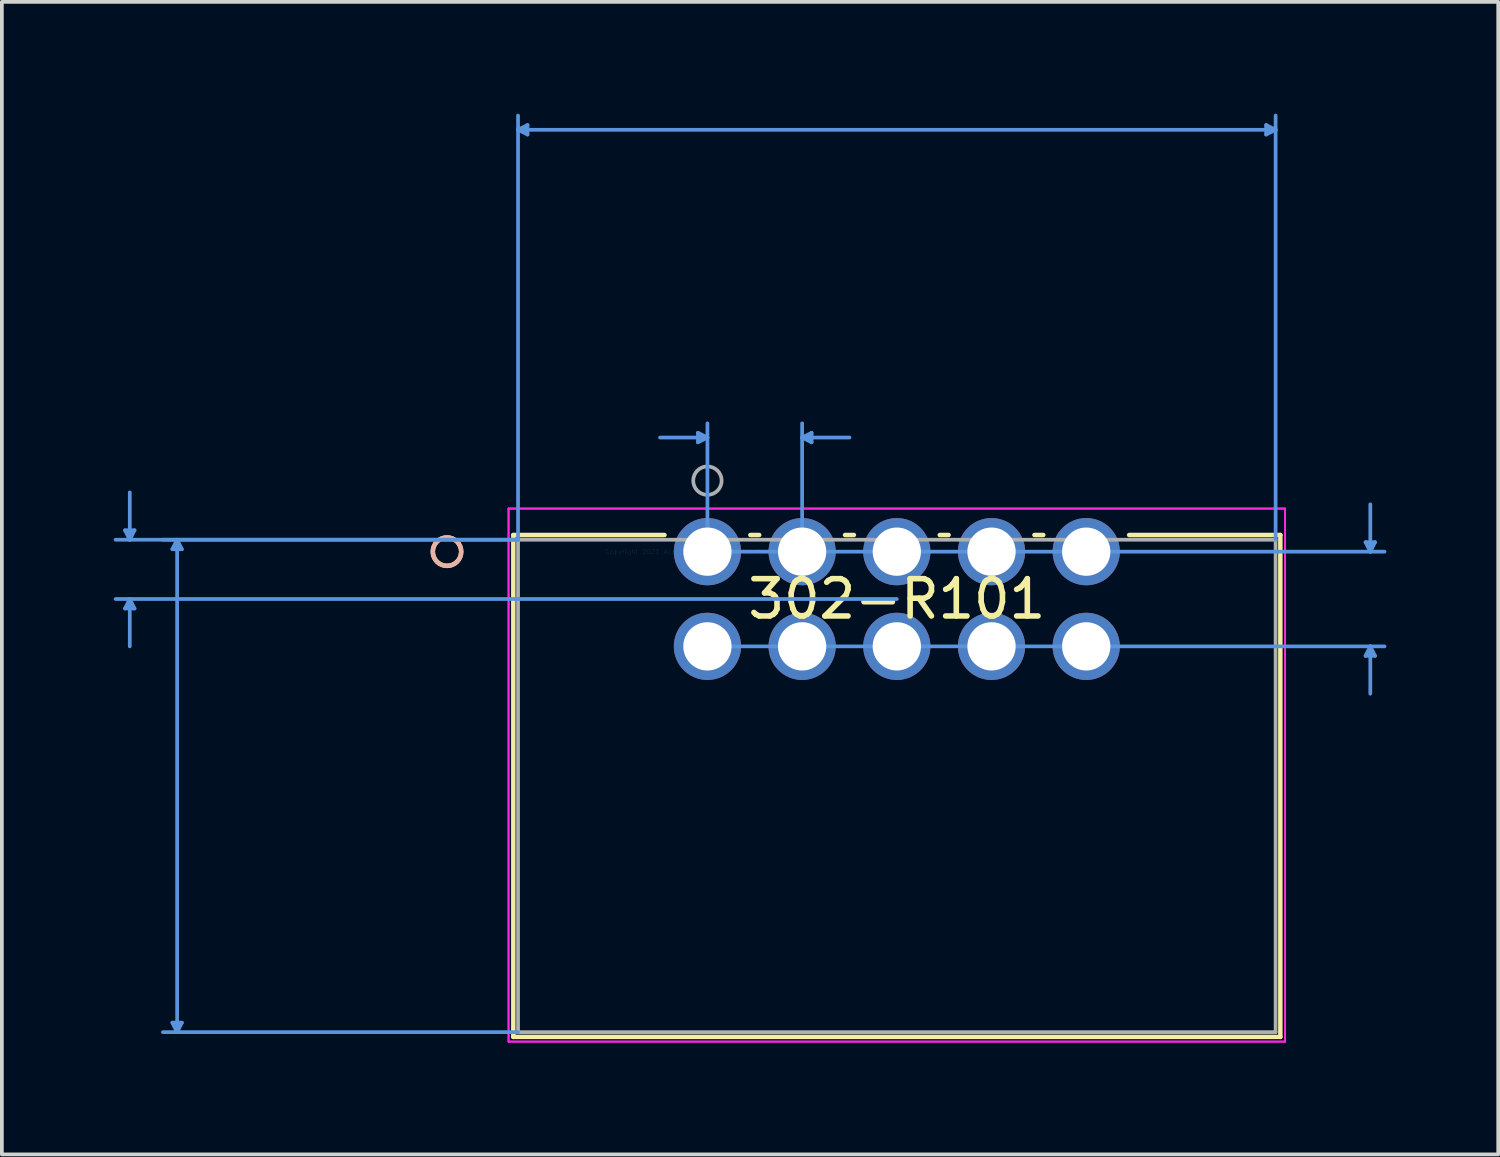
<source format=kicad_pcb>
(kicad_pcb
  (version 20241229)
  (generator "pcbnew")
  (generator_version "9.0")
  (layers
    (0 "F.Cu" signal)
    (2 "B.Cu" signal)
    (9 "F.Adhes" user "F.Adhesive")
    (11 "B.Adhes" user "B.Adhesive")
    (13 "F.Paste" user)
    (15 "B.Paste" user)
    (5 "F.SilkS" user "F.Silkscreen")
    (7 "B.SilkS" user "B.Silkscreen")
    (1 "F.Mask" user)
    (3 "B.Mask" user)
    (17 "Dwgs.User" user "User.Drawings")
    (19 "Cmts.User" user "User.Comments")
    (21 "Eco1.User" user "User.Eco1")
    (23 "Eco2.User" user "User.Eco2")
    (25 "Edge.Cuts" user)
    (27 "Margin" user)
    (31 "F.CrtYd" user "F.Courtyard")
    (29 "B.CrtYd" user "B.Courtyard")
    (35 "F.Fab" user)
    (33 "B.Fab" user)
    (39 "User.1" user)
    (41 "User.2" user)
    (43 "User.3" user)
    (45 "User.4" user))
  (footprint "302-R101"
    (layer "F.Cu")
    (at 15.925 11.747)
    (property "Reference" "302-R101" (at 5.08 1.27 0) (layer "F.SilkS") (effects (font (size 1 1) (thickness 0.15))))
    (attr through_hole)
    (fp_line (start -5.207 -0.447) (end -5.207 13.015) (stroke (width 0.12) (type solid)) (layer "F.SilkS"))
    (fp_line (start -5.207 13.015) (end 15.367 13.015) (stroke (width 0.12) (type solid)) (layer "F.SilkS"))
    (fp_line (start -1.151 -0.447) (end -5.207 -0.447) (stroke (width 0.12) (type solid)) (layer "F.SilkS"))
    (fp_line (start 1.389 -0.447) (end 1.151 -0.447) (stroke (width 0.12) (type solid)) (layer "F.SilkS"))
    (fp_line (start 3.929 -0.447) (end 3.691 -0.447) (stroke (width 0.12) (type solid)) (layer "F.SilkS"))
    (fp_line (start 6.469 -0.447) (end 6.231 -0.447) (stroke (width 0.12) (type solid)) (layer "F.SilkS"))
    (fp_line (start 9.009 -0.447) (end 8.771 -0.447) (stroke (width 0.12) (type solid)) (layer "F.SilkS"))
    (fp_line (start 15.367 -0.447) (end 11.311 -0.447) (stroke (width 0.12) (type solid)) (layer "F.SilkS"))
    (fp_line (start 15.367 13.015) (end 15.367 -0.447) (stroke (width 0.12) (type solid)) (layer "F.SilkS"))
    (fp_circle (center -6.985 0) (end -6.604 0) (stroke (width 0.12) (type solid)) (fill no) (layer "F.SilkS"))
    (fp_circle (center -6.985 0) (end -6.604 0) (stroke (width 0.12) (type solid)) (fill no) (layer "B.SilkS"))
    (fp_line (start -15.621 -0.574) (end -15.367 -0.574) (stroke (width 0.1) (type solid)) (layer "Cmts.User"))
    (fp_line (start -15.621 1.524) (end -15.367 1.524) (stroke (width 0.1) (type solid)) (layer "Cmts.User"))
    (fp_line (start -15.494 -0.32) (end -15.621 -0.574) (stroke (width 0.1) (type solid)) (layer "Cmts.User"))
    (fp_line (start -15.494 -0.32) (end -15.494 -1.59) (stroke (width 0.1) (type solid)) (layer "Cmts.User"))
    (fp_line (start -15.494 -0.32) (end -15.367 -0.574) (stroke (width 0.1) (type solid)) (layer "Cmts.User"))
    (fp_line (start -15.494 1.27) (end -15.621 1.524) (stroke (width 0.1) (type solid)) (layer "Cmts.User"))
    (fp_line (start -15.494 1.27) (end -15.494 2.54) (stroke (width 0.1) (type solid)) (layer "Cmts.User"))
    (fp_line (start -15.494 1.27) (end -15.367 1.524) (stroke (width 0.1) (type solid)) (layer "Cmts.User"))
    (fp_line (start -14.351 -0.066) (end -14.097 -0.066) (stroke (width 0.1) (type solid)) (layer "Cmts.User"))
    (fp_line (start -14.351 12.634) (end -14.097 12.634) (stroke (width 0.1) (type solid)) (layer "Cmts.User"))
    (fp_line (start -14.224 -0.32) (end -14.351 -0.066) (stroke (width 0.1) (type solid)) (layer "Cmts.User"))
    (fp_line (start -14.224 -0.32) (end -14.224 12.888) (stroke (width 0.1) (type solid)) (layer "Cmts.User"))
    (fp_line (start -14.224 -0.32) (end -14.097 -0.066) (stroke (width 0.1) (type solid)) (layer "Cmts.User"))
    (fp_line (start -14.224 12.888) (end -14.351 12.634) (stroke (width 0.1) (type solid)) (layer "Cmts.User"))
    (fp_line (start -14.224 12.888) (end -14.097 12.634) (stroke (width 0.1) (type solid)) (layer "Cmts.User"))
    (fp_line (start -5.08 -11.316) (end -4.826 -11.443) (stroke (width 0.1) (type solid)) (layer "Cmts.User"))
    (fp_line (start -5.08 -11.316) (end -4.826 -11.189) (stroke (width 0.1) (type solid)) (layer "Cmts.User"))
    (fp_line (start -5.08 -11.316) (end 15.24 -11.316) (stroke (width 0.1) (type solid)) (layer "Cmts.User"))
    (fp_line (start -5.08 -0.32) (end -15.875 -0.32) (stroke (width 0.1) (type solid)) (layer "Cmts.User"))
    (fp_line (start -5.08 -0.32) (end -14.605 -0.32) (stroke (width 0.1) (type solid)) (layer "Cmts.User"))
    (fp_line (start -5.08 -0.32) (end -5.08 -11.697) (stroke (width 0.1) (type solid)) (layer "Cmts.User"))
    (fp_line (start -5.08 12.888) (end -14.605 12.888) (stroke (width 0.1) (type solid)) (layer "Cmts.User"))
    (fp_line (start -4.826 -11.443) (end -4.826 -11.189) (stroke (width 0.1) (type solid)) (layer "Cmts.User"))
    (fp_line (start -0.254 -3.188) (end -0.254 -2.934) (stroke (width 0.1) (type solid)) (layer "Cmts.User"))
    (fp_line (start 0 -3.061) (end -1.27 -3.061) (stroke (width 0.1) (type solid)) (layer "Cmts.User"))
    (fp_line (start 0 -3.061) (end -0.254 -3.188) (stroke (width 0.1) (type solid)) (layer "Cmts.User"))
    (fp_line (start 0 -3.061) (end -0.254 -2.934) (stroke (width 0.1) (type solid)) (layer "Cmts.User"))
    (fp_line (start 0 0) (end 0 -3.442) (stroke (width 0.1) (type solid)) (layer "Cmts.User"))
    (fp_line (start 0 0) (end 18.161 0) (stroke (width 0.1) (type solid)) (layer "Cmts.User"))
    (fp_line (start 0 2.54) (end 18.161 2.54) (stroke (width 0.1) (type solid)) (layer "Cmts.User"))
    (fp_line (start 2.54 -3.061) (end 2.794 -3.188) (stroke (width 0.1) (type solid)) (layer "Cmts.User"))
    (fp_line (start 2.54 -3.061) (end 2.794 -2.934) (stroke (width 0.1) (type solid)) (layer "Cmts.User"))
    (fp_line (start 2.54 -3.061) (end 3.81 -3.061) (stroke (width 0.1) (type solid)) (layer "Cmts.User"))
    (fp_line (start 2.54 0) (end 2.54 -3.442) (stroke (width 0.1) (type solid)) (layer "Cmts.User"))
    (fp_line (start 2.794 -3.188) (end 2.794 -2.934) (stroke (width 0.1) (type solid)) (layer "Cmts.User"))
    (fp_line (start 5.08 1.27) (end -15.875 1.27) (stroke (width 0.1) (type solid)) (layer "Cmts.User"))
    (fp_line (start 14.986 -11.443) (end 14.986 -11.189) (stroke (width 0.1) (type solid)) (layer "Cmts.User"))
    (fp_line (start 15.24 -11.316) (end 14.986 -11.443) (stroke (width 0.1) (type solid)) (layer "Cmts.User"))
    (fp_line (start 15.24 -11.316) (end 14.986 -11.189) (stroke (width 0.1) (type solid)) (layer "Cmts.User"))
    (fp_line (start 15.24 -0.32) (end 15.24 -11.697) (stroke (width 0.1) (type solid)) (layer "Cmts.User"))
    (fp_line (start 17.653 -0.254) (end 17.907 -0.254) (stroke (width 0.1) (type solid)) (layer "Cmts.User"))
    (fp_line (start 17.653 2.794) (end 17.907 2.794) (stroke (width 0.1) (type solid)) (layer "Cmts.User"))
    (fp_line (start 17.78 0) (end 17.653 -0.254) (stroke (width 0.1) (type solid)) (layer "Cmts.User"))
    (fp_line (start 17.78 0) (end 17.78 -1.27) (stroke (width 0.1) (type solid)) (layer "Cmts.User"))
    (fp_line (start 17.78 0) (end 17.907 -0.254) (stroke (width 0.1) (type solid)) (layer "Cmts.User"))
    (fp_line (start 17.78 2.54) (end 17.653 2.794) (stroke (width 0.1) (type solid)) (layer "Cmts.User"))
    (fp_line (start 17.78 2.54) (end 17.78 3.81) (stroke (width 0.1) (type solid)) (layer "Cmts.User"))
    (fp_line (start 17.78 2.54) (end 17.907 2.794) (stroke (width 0.1) (type solid)) (layer "Cmts.User"))
    (fp_line (start -5.334 -1.156) (end -5.334 13.142) (stroke (width 0.05) (type solid)) (layer "F.CrtYd"))
    (fp_line (start -5.334 -1.156) (end -5.334 13.142) (stroke (width 0.05) (type solid)) (layer "F.CrtYd"))
    (fp_line (start -5.334 13.142) (end 15.494 13.142) (stroke (width 0.05) (type solid)) (layer "F.CrtYd"))
    (fp_line (start -5.334 13.142) (end 15.494 13.142) (stroke (width 0.05) (type solid)) (layer "F.CrtYd"))
    (fp_line (start 15.494 -1.156) (end -5.334 -1.156) (stroke (width 0.05) (type solid)) (layer "F.CrtYd"))
    (fp_line (start 15.494 -1.156) (end -5.334 -1.156) (stroke (width 0.05) (type solid)) (layer "F.CrtYd"))
    (fp_line (start 15.494 13.142) (end 15.494 -1.156) (stroke (width 0.05) (type solid)) (layer "F.CrtYd"))
    (fp_line (start 15.494 13.142) (end 15.494 -1.156) (stroke (width 0.05) (type solid)) (layer "F.CrtYd"))
    (fp_line (start -5.08 -0.32) (end -5.08 12.888) (stroke (width 0.1) (type solid)) (layer "F.Fab"))
    (fp_line (start -5.08 12.888) (end 15.24 12.888) (stroke (width 0.1) (type solid)) (layer "F.Fab"))
    (fp_line (start 15.24 -0.32) (end -5.08 -0.32) (stroke (width 0.1) (type solid)) (layer "F.Fab"))
    (fp_line (start 15.24 12.888) (end 15.24 -0.32) (stroke (width 0.1) (type solid)) (layer "F.Fab"))
    (fp_circle (center 0 -1.905) (end 0.381 -1.905) (stroke (width 0.1) (type solid)) (fill no) (layer "F.Fab"))
    (fp_text user "*" (at 0 0 0) (layer "F.SilkS") (effects (font (size 1 1) (thickness 0.15))))
    (fp_text user "Copyright 2021 Accelerated Designs. All rights reserved." (at 0 0 0) (layer "Cmts.User") (effects (font (size 0.127 0.127) (thickness 0.002))))
    (fp_text user "*" (at 0 0 0) (layer "F.Fab") (effects (font (size 1 1) (thickness 0.15))))
    (pad "1" thru_hole circle (at 0 0) (size 1.803 1.803) (drill 1.295) (layers "*.Cu" "*.Mask"))
    (pad "2" thru_hole circle (at 2.54 0) (size 1.803 1.803) (drill 1.295) (layers "*.Cu" "*.Mask"))
    (pad "3" thru_hole circle (at 5.08 0) (size 1.803 1.803) (drill 1.295) (layers "*.Cu" "*.Mask"))
    (pad "4" thru_hole circle (at 7.62 0) (size 1.803 1.803) (drill 1.295) (layers "*.Cu" "*.Mask"))
    (pad "5" thru_hole circle (at 10.16 0) (size 1.803 1.803) (drill 1.295) (layers "*.Cu" "*.Mask"))
    (pad "6" thru_hole circle (at 0 2.54) (size 1.803 1.803) (drill 1.295) (layers "*.Cu" "*.Mask"))
    (pad "7" thru_hole circle (at 2.54 2.54) (size 1.803 1.803) (drill 1.295) (layers "*.Cu" "*.Mask"))
    (pad "8" thru_hole circle (at 5.08 2.54) (size 1.803 1.803) (drill 1.295) (layers "*.Cu" "*.Mask"))
    (pad "9" thru_hole circle (at 7.62 2.54) (size 1.803 1.803) (drill 1.295) (layers "*.Cu" "*.Mask"))
    (pad "10" thru_hole circle (at 10.16 2.54) (size 1.803 1.803) (drill 1.295) (layers "*.Cu" "*.Mask")))
  (gr_rect
    (start -3 -3)
    (end 37.136 27.914)
    (stroke (width 0.1) (type default))
    (fill no)
    (layer "Edge.Cuts")))
</source>
